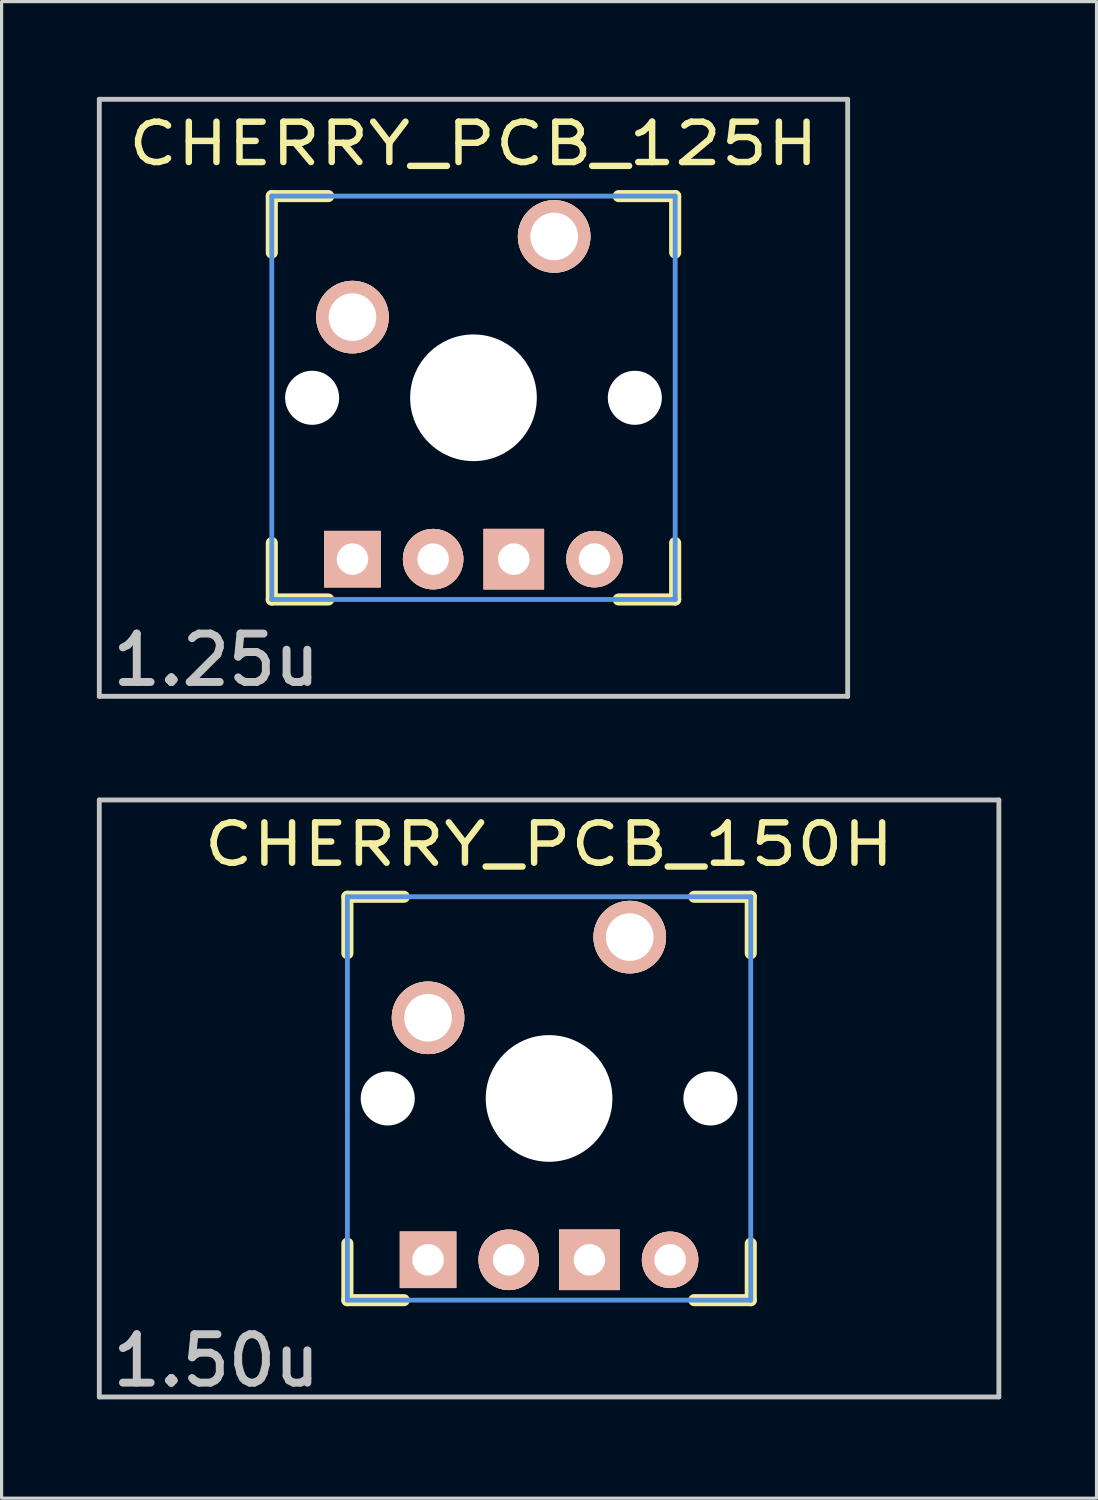
<source format=kicad_pcb>
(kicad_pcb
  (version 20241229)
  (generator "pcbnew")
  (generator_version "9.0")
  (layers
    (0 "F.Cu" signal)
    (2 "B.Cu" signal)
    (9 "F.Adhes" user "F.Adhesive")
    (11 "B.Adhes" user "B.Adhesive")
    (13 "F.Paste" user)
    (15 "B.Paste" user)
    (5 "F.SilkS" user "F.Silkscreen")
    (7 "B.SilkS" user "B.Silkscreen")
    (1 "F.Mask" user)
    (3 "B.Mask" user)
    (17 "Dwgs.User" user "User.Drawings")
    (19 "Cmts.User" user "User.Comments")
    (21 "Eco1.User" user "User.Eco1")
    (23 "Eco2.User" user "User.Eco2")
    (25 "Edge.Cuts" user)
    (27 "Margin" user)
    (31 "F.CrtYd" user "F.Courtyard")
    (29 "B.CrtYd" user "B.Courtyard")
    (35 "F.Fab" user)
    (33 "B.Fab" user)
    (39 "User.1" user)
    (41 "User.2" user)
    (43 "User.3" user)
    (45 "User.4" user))
  (footprint "CHERRY_PCB_125H"
    (layer "F.Cu")
    (at 11.857 9.474)
    (property "Reference" "CHERRY_PCB_125H" (at 0 -8 0) (layer "F.SilkS") (effects (font (size 1.27 1.524) (thickness 0.203))))
    (attr through_hole)
    (fp_line (start -6.35 -6.35) (end -4.572 -6.35) (stroke (width 0.381) (type solid)) (layer "F.SilkS"))
    (fp_line (start -6.35 -4.572) (end -6.35 -6.35) (stroke (width 0.381) (type solid)) (layer "F.SilkS"))
    (fp_line (start -6.35 6.35) (end -6.35 4.572) (stroke (width 0.381) (type solid)) (layer "F.SilkS"))
    (fp_line (start -4.572 6.35) (end -6.35 6.35) (stroke (width 0.381) (type solid)) (layer "F.SilkS"))
    (fp_line (start 4.572 -6.35) (end 6.35 -6.35) (stroke (width 0.381) (type solid)) (layer "F.SilkS"))
    (fp_line (start 6.35 -6.35) (end 6.35 -4.572) (stroke (width 0.381) (type solid)) (layer "F.SilkS"))
    (fp_line (start 6.35 4.572) (end 6.35 6.35) (stroke (width 0.381) (type solid)) (layer "F.SilkS"))
    (fp_line (start 6.35 6.35) (end 4.572 6.35) (stroke (width 0.381) (type solid)) (layer "F.SilkS"))
    (fp_line (start -11.781 -9.398) (end 11.781 -9.398) (stroke (width 0.152) (type solid)) (layer "Dwgs.User"))
    (fp_line (start -11.781 9.398) (end -11.781 -9.398) (stroke (width 0.152) (type solid)) (layer "Dwgs.User"))
    (fp_line (start 11.781 -9.398) (end 11.781 9.398) (stroke (width 0.152) (type solid)) (layer "Dwgs.User"))
    (fp_line (start 11.781 9.398) (end -11.781 9.398) (stroke (width 0.152) (type solid)) (layer "Dwgs.User"))
    (fp_line (start -6.35 -6.35) (end 6.35 -6.35) (stroke (width 0.152) (type solid)) (layer "Cmts.User"))
    (fp_line (start -6.35 6.35) (end -6.35 -6.35) (stroke (width 0.152) (type solid)) (layer "Cmts.User"))
    (fp_line (start 6.35 -6.35) (end 6.35 6.35) (stroke (width 0.152) (type solid)) (layer "Cmts.User"))
    (fp_line (start 6.35 6.35) (end -6.35 6.35) (stroke (width 0.152) (type solid)) (layer "Cmts.User"))
    (fp_line (start -7.798 -6.005) (end -7.798 -1.75) (stroke (width 0.15) (type solid)) (layer "Eco2.User"))
    (fp_line (start -7.798 -1.75) (end -6.985 -1.75) (stroke (width 0.15) (type solid)) (layer "Eco2.User"))
    (fp_line (start -7.798 1.75) (end -7.798 6.005) (stroke (width 0.15) (type solid)) (layer "Eco2.User"))
    (fp_line (start -7.798 6.005) (end -6.985 6.005) (stroke (width 0.15) (type solid)) (layer "Eco2.User"))
    (fp_line (start -6.985 -6.985) (end -6.985 -6.005) (stroke (width 0.15) (type solid)) (layer "Eco2.User"))
    (fp_line (start -6.985 -6.985) (end 6.985 -6.985) (stroke (width 0.152) (type solid)) (layer "Eco2.User"))
    (fp_line (start -6.985 -6.005) (end -7.798 -6.005) (stroke (width 0.15) (type solid)) (layer "Eco2.User"))
    (fp_line (start -6.985 1.75) (end -7.798 1.75) (stroke (width 0.15) (type solid)) (layer "Eco2.User"))
    (fp_line (start -6.985 1.75) (end -6.985 -1.75) (stroke (width 0.152) (type solid)) (layer "Eco2.User"))
    (fp_line (start -6.985 6.005) (end -6.985 6.985) (stroke (width 0.15) (type solid)) (layer "Eco2.User"))
    (fp_line (start 6.985 -6.985) (end 6.985 -6.005) (stroke (width 0.15) (type solid)) (layer "Eco2.User"))
    (fp_line (start 6.985 -6.985) (end 6.985 -6.005) (stroke (width 0.15) (type solid)) (layer "Eco2.User"))
    (fp_line (start 6.985 -6.005) (end 7.798 -6.005) (stroke (width 0.15) (type solid)) (layer "Eco2.User"))
    (fp_line (start 6.985 -6.005) (end 7.798 -6.005) (stroke (width 0.15) (type solid)) (layer "Eco2.User"))
    (fp_line (start 6.985 -1.75) (end 6.985 1.75) (stroke (width 0.152) (type solid)) (layer "Eco2.User"))
    (fp_line (start 6.985 -1.75) (end 7.798 -1.75) (stroke (width 0.15) (type solid)) (layer "Eco2.User"))
    (fp_line (start 6.985 -1.75) (end 7.798 -1.75) (stroke (width 0.15) (type solid)) (layer "Eco2.User"))
    (fp_line (start 6.985 1.75) (end 7.798 1.75) (stroke (width 0.15) (type solid)) (layer "Eco2.User"))
    (fp_line (start 6.985 1.75) (end 7.798 1.75) (stroke (width 0.15) (type solid)) (layer "Eco2.User"))
    (fp_line (start 6.985 6.005) (end 7.798 6.005) (stroke (width 0.15) (type solid)) (layer "Eco2.User"))
    (fp_line (start 6.985 6.005) (end 7.798 6.005) (stroke (width 0.15) (type solid)) (layer "Eco2.User"))
    (fp_line (start 6.985 6.985) (end -6.985 6.985) (stroke (width 0.152) (type solid)) (layer "Eco2.User"))
    (fp_line (start 6.985 6.985) (end 6.985 6.005) (stroke (width 0.15) (type solid)) (layer "Eco2.User"))
    (fp_line (start 6.985 6.985) (end 6.985 6.005) (stroke (width 0.15) (type solid)) (layer "Eco2.User"))
    (fp_line (start 7.798 -6.005) (end 7.798 -1.75) (stroke (width 0.15) (type solid)) (layer "Eco2.User"))
    (fp_line (start 7.798 -6.005) (end 7.798 -1.75) (stroke (width 0.15) (type solid)) (layer "Eco2.User"))
    (fp_line (start 7.798 1.75) (end 7.798 6.005) (stroke (width 0.15) (type solid)) (layer "Eco2.User"))
    (fp_line (start 7.798 1.75) (end 7.798 6.005) (stroke (width 0.15) (type solid)) (layer "Eco2.User"))
    (fp_text user "1.25u" (at -8.098 8.255 0) (layer "Dwgs.User") (effects (font (size 1.524 1.524) (thickness 0.25))))
    (pad "" np_thru_hole circle (at -5.08 0) (size 1.702 1.702) (drill 1.702) (layers "*.Cu"))
    (pad "" np_thru_hole circle (at 0 0) (size 3.988 3.988) (drill 3.988) (layers "*.Cu"))
    (pad "" np_thru_hole circle (at 5.08 0) (size 1.702 1.702) (drill 1.702) (layers "*.Cu"))
    (pad "1" thru_hole circle (at 2.54 -5.08) (size 2.286 2.286) (drill 1.499) (layers "*.Cu" "*.SilkS" "*.Mask"))
    (pad "2" thru_hole circle (at -3.81 -2.54) (size 2.286 2.286) (drill 1.499) (layers "*.Cu" "*.SilkS" "*.Mask"))
    (pad "3" thru_hole rect (at -3.81 5.08) (size 1.778 1.778) (drill 0.991) (layers "*.Cu" "*.SilkS" "*.Mask"))
    (pad "4" thru_hole circle (at 3.81 5.08) (size 1.778 1.778) (drill 0.991) (layers "*.Cu" "*.SilkS" "*.Mask"))
    (pad "5" thru_hole circle (at -1.27 5.08) (size 1.905 1.905) (drill 0.991) (layers "*.Cu" "*.SilkS" "*.Mask"))
    (pad "6" thru_hole rect (at 1.27 5.08) (size 1.905 1.905) (drill 0.991) (layers "*.Cu" "*.SilkS" "*.Mask")))
  (footprint "CHERRY_PCB_150H"
    (layer "F.Cu")
    (at 14.237 31.534)
    (property "Reference" "CHERRY_PCB_150H" (at 0 -8 0) (layer "F.SilkS") (effects (font (size 1.27 1.524) (thickness 0.203))))
    (attr through_hole)
    (fp_line (start -6.35 -6.35) (end -4.572 -6.35) (stroke (width 0.381) (type solid)) (layer "F.SilkS"))
    (fp_line (start -6.35 -4.572) (end -6.35 -6.35) (stroke (width 0.381) (type solid)) (layer "F.SilkS"))
    (fp_line (start -6.35 6.35) (end -6.35 4.572) (stroke (width 0.381) (type solid)) (layer "F.SilkS"))
    (fp_line (start -4.572 6.35) (end -6.35 6.35) (stroke (width 0.381) (type solid)) (layer "F.SilkS"))
    (fp_line (start 4.572 -6.35) (end 6.35 -6.35) (stroke (width 0.381) (type solid)) (layer "F.SilkS"))
    (fp_line (start 6.35 -6.35) (end 6.35 -4.572) (stroke (width 0.381) (type solid)) (layer "F.SilkS"))
    (fp_line (start 6.35 4.572) (end 6.35 6.35) (stroke (width 0.381) (type solid)) (layer "F.SilkS"))
    (fp_line (start 6.35 6.35) (end 4.572 6.35) (stroke (width 0.381) (type solid)) (layer "F.SilkS"))
    (fp_line (start -14.161 -9.398) (end 14.161 -9.398) (stroke (width 0.152) (type solid)) (layer "Dwgs.User"))
    (fp_line (start -14.161 9.398) (end -14.161 -9.398) (stroke (width 0.152) (type solid)) (layer "Dwgs.User"))
    (fp_line (start 14.161 -9.398) (end 14.161 9.398) (stroke (width 0.152) (type solid)) (layer "Dwgs.User"))
    (fp_line (start 14.161 9.398) (end -14.161 9.398) (stroke (width 0.152) (type solid)) (layer "Dwgs.User"))
    (fp_line (start -6.35 -6.35) (end 6.35 -6.35) (stroke (width 0.152) (type solid)) (layer "Cmts.User"))
    (fp_line (start -6.35 6.35) (end -6.35 -6.35) (stroke (width 0.152) (type solid)) (layer "Cmts.User"))
    (fp_line (start 6.35 -6.35) (end 6.35 6.35) (stroke (width 0.152) (type solid)) (layer "Cmts.User"))
    (fp_line (start 6.35 6.35) (end -6.35 6.35) (stroke (width 0.152) (type solid)) (layer "Cmts.User"))
    (fp_line (start -7.798 -6.005) (end -7.798 -1.75) (stroke (width 0.15) (type solid)) (layer "Eco2.User"))
    (fp_line (start -7.798 -1.75) (end -6.985 -1.75) (stroke (width 0.15) (type solid)) (layer "Eco2.User"))
    (fp_line (start -7.798 1.75) (end -7.798 6.005) (stroke (width 0.15) (type solid)) (layer "Eco2.User"))
    (fp_line (start -7.798 6.005) (end -6.985 6.005) (stroke (width 0.15) (type solid)) (layer "Eco2.User"))
    (fp_line (start -6.985 -6.985) (end -6.985 -6.005) (stroke (width 0.15) (type solid)) (layer "Eco2.User"))
    (fp_line (start -6.985 -6.985) (end 6.985 -6.985) (stroke (width 0.152) (type solid)) (layer "Eco2.User"))
    (fp_line (start -6.985 -6.005) (end -7.798 -6.005) (stroke (width 0.15) (type solid)) (layer "Eco2.User"))
    (fp_line (start -6.985 1.75) (end -7.798 1.75) (stroke (width 0.15) (type solid)) (layer "Eco2.User"))
    (fp_line (start -6.985 1.75) (end -6.985 -1.75) (stroke (width 0.152) (type solid)) (layer "Eco2.User"))
    (fp_line (start -6.985 6.005) (end -6.985 6.985) (stroke (width 0.15) (type solid)) (layer "Eco2.User"))
    (fp_line (start 6.985 -6.985) (end 6.985 -6.005) (stroke (width 0.15) (type solid)) (layer "Eco2.User"))
    (fp_line (start 6.985 -6.985) (end 6.985 -6.005) (stroke (width 0.15) (type solid)) (layer "Eco2.User"))
    (fp_line (start 6.985 -6.005) (end 7.798 -6.005) (stroke (width 0.15) (type solid)) (layer "Eco2.User"))
    (fp_line (start 6.985 -6.005) (end 7.798 -6.005) (stroke (width 0.15) (type solid)) (layer "Eco2.User"))
    (fp_line (start 6.985 -1.75) (end 6.985 1.75) (stroke (width 0.152) (type solid)) (layer "Eco2.User"))
    (fp_line (start 6.985 -1.75) (end 7.798 -1.75) (stroke (width 0.15) (type solid)) (layer "Eco2.User"))
    (fp_line (start 6.985 -1.75) (end 7.798 -1.75) (stroke (width 0.15) (type solid)) (layer "Eco2.User"))
    (fp_line (start 6.985 1.75) (end 7.798 1.75) (stroke (width 0.15) (type solid)) (layer "Eco2.User"))
    (fp_line (start 6.985 1.75) (end 7.798 1.75) (stroke (width 0.15) (type solid)) (layer "Eco2.User"))
    (fp_line (start 6.985 6.005) (end 7.798 6.005) (stroke (width 0.15) (type solid)) (layer "Eco2.User"))
    (fp_line (start 6.985 6.005) (end 7.798 6.005) (stroke (width 0.15) (type solid)) (layer "Eco2.User"))
    (fp_line (start 6.985 6.985) (end -6.985 6.985) (stroke (width 0.152) (type solid)) (layer "Eco2.User"))
    (fp_line (start 6.985 6.985) (end 6.985 6.005) (stroke (width 0.15) (type solid)) (layer "Eco2.User"))
    (fp_line (start 6.985 6.985) (end 6.985 6.005) (stroke (width 0.15) (type solid)) (layer "Eco2.User"))
    (fp_line (start 7.798 -6.005) (end 7.798 -1.75) (stroke (width 0.15) (type solid)) (layer "Eco2.User"))
    (fp_line (start 7.798 -6.005) (end 7.798 -1.75) (stroke (width 0.15) (type solid)) (layer "Eco2.User"))
    (fp_line (start 7.798 1.75) (end 7.798 6.005) (stroke (width 0.15) (type solid)) (layer "Eco2.User"))
    (fp_line (start 7.798 1.75) (end 7.798 6.005) (stroke (width 0.15) (type solid)) (layer "Eco2.User"))
    (fp_text user "1.50u" (at -10.477 8.255 0) (layer "Dwgs.User") (effects (font (size 1.524 1.524) (thickness 0.25))))
    (pad "" np_thru_hole circle (at -5.08 0) (size 1.702 1.702) (drill 1.702) (layers "*.Cu"))
    (pad "" np_thru_hole circle (at 0 0) (size 3.988 3.988) (drill 3.988) (layers "*.Cu"))
    (pad "" np_thru_hole circle (at 5.08 0) (size 1.702 1.702) (drill 1.702) (layers "*.Cu"))
    (pad "1" thru_hole circle (at 2.54 -5.08) (size 2.286 2.286) (drill 1.499) (layers "*.Cu" "*.SilkS" "*.Mask"))
    (pad "2" thru_hole circle (at -3.81 -2.54) (size 2.286 2.286) (drill 1.499) (layers "*.Cu" "*.SilkS" "*.Mask"))
    (pad "3" thru_hole rect (at -3.81 5.08) (size 1.778 1.778) (drill 0.991) (layers "*.Cu" "*.SilkS" "*.Mask"))
    (pad "4" thru_hole circle (at 3.81 5.08) (size 1.778 1.778) (drill 0.991) (layers "*.Cu" "*.SilkS" "*.Mask"))
    (pad "5" thru_hole circle (at -1.27 5.08) (size 1.905 1.905) (drill 0.991) (layers "*.Cu" "*.SilkS" "*.Mask"))
    (pad "6" thru_hole rect (at 1.27 5.08) (size 1.905 1.905) (drill 0.991) (layers "*.Cu" "*.SilkS" "*.Mask")))
  (gr_rect
    (start -3 -3)
    (end 31.473 44.119)
    (stroke (width 0.1) (type default))
    (fill no)
    (layer "Edge.Cuts")))
</source>
